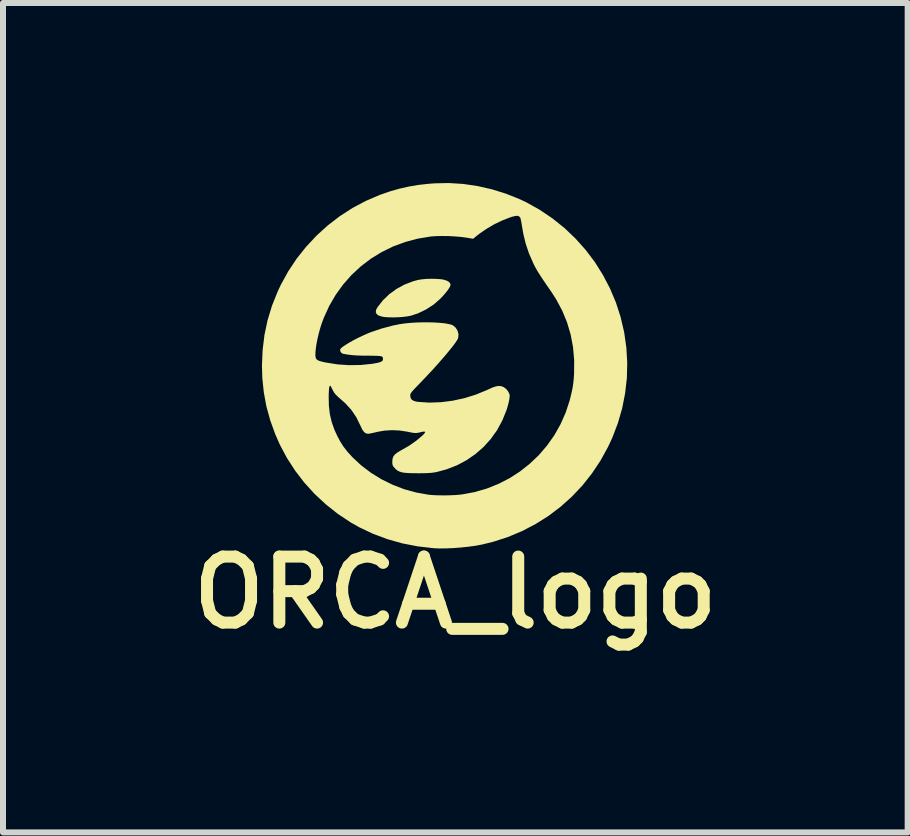
<source format=kicad_pcb>
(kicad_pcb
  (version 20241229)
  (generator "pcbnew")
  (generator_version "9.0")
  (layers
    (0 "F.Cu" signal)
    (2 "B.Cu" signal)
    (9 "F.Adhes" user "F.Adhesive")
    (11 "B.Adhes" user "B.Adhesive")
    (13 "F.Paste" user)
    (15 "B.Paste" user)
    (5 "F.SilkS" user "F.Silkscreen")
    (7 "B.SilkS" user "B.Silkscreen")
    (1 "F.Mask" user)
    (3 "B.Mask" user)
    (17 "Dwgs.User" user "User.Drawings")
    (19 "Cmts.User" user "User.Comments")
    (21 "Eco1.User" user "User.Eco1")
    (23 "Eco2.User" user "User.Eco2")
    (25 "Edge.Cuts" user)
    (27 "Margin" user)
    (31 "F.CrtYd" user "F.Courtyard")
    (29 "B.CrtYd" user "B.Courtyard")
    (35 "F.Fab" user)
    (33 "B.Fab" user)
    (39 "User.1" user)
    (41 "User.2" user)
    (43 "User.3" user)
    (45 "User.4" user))
  (footprint "ORCA_logo"
    (layer "F.Cu")
    (at 4.538 3.016)
    (property "Reference" "ORCA_logo" (at 0 3.81 0) (layer "F.SilkS") (effects (font (size 1.1 1.1) (thickness 0.2))))
    (attr board_only exclude_from_pos_files exclude_from_bom)
    (fp_poly (pts (xy -0.322 -1.419) (xy -0.248 -1.414) (xy -0.195 -1.406) (xy -0.14 -1.388) (xy -0.102 -1.364) (xy -0.083 -1.336) (xy -0.082 -1.309) (xy -0.096 -1.278) (xy -0.124 -1.235) (xy -0.162 -1.186) (xy -0.208 -1.133) (xy -0.256 -1.083) (xy -0.365 -0.989) (xy -0.489 -0.909) (xy -0.622 -0.845) (xy -0.739 -0.806) (xy -0.794 -0.795) (xy -0.864 -0.786) (xy -0.942 -0.78) (xy -1.022 -0.777) (xy -1.099 -0.778) (xy -1.167 -0.782) (xy -1.218 -0.789) (xy -1.219 -0.789) (xy -1.276 -0.807) (xy -1.312 -0.832) (xy -1.326 -0.864) (xy -1.321 -0.903) (xy -1.298 -0.946) (xy -1.208 -1.061) (xy -1.101 -1.164) (xy -0.98 -1.252) (xy -0.847 -1.324) (xy -0.704 -1.379) (xy -0.623 -1.401) (xy -0.561 -1.411) (xy -0.486 -1.418) (xy -0.403 -1.421)) (stroke (width 0) (type solid)) (fill yes) (layer "F.SilkS"))
    (fp_poly (pts (xy 0.129 -3.001) (xy 0.369 -2.966) (xy 0.607 -2.912) (xy 0.841 -2.839) (xy 1.068 -2.749) (xy 1.184 -2.694) (xy 1.407 -2.569) (xy 1.619 -2.426) (xy 1.817 -2.267) (xy 2.001 -2.092) (xy 2.17 -1.903) (xy 2.323 -1.701) (xy 2.458 -1.486) (xy 2.576 -1.261) (xy 2.675 -1.026) (xy 2.754 -0.782) (xy 2.754 -0.78) (xy 2.813 -0.529) (xy 2.849 -0.275) (xy 2.864 -0.021) (xy 2.858 0.233) (xy 2.829 0.486) (xy 2.78 0.736) (xy 2.709 0.982) (xy 2.617 1.224) (xy 2.543 1.383) (xy 2.418 1.61) (xy 2.275 1.824) (xy 2.117 2.024) (xy 1.943 2.208) (xy 1.755 2.377) (xy 1.553 2.53) (xy 1.339 2.665) (xy 1.113 2.783) (xy 0.877 2.882) (xy 0.631 2.962) (xy 0.443 3.008) (xy 0.337 3.028) (xy 0.219 3.044) (xy 0.094 3.057) (xy -0.033 3.067) (xy -0.155 3.072) (xy -0.268 3.073) (xy -0.36 3.069) (xy -0.628 3.038) (xy -0.886 2.988) (xy -1.134 2.918) (xy -1.372 2.829) (xy -1.6 2.721) (xy -1.748 2.637) (xy -1.96 2.496) (xy -2.159 2.338) (xy -2.345 2.165) (xy -2.516 1.977) (xy -2.67 1.777) (xy -2.807 1.565) (xy -2.925 1.343) (xy -3 1.173) (xy -3.085 0.938) (xy -3.149 0.706) (xy -3.192 0.472) (xy -3.217 0.233) (xy -3.223 0.028) (xy -3.216 -0.136) (xy -2.332 -0.136) (xy -2.326 -0.1) (xy -2.323 -0.094) (xy -2.312 -0.078) (xy -2.294 -0.064) (xy -2.267 -0.052) (xy -2.226 -0.04) (xy -2.169 -0.027) (xy -2.146 -0.023) (xy -1.963 0.006) (xy -1.771 0.019) (xy -1.578 0.016) (xy -1.39 -0.003) (xy -1.372 -0.006) (xy -1.305 -0.018) (xy -1.257 -0.03) (xy -1.226 -0.045) (xy -1.21 -0.061) (xy -1.206 -0.08) (xy -1.207 -0.099) (xy -1.21 -0.112) (xy -1.22 -0.123) (xy -1.237 -0.13) (xy -1.266 -0.134) (xy -1.308 -0.137) (xy -1.366 -0.138) (xy -1.443 -0.139) (xy -1.462 -0.139) (xy -1.563 -0.14) (xy -1.647 -0.143) (xy -1.718 -0.148) (xy -1.783 -0.156) (xy -1.846 -0.166) (xy -1.875 -0.172) (xy -1.901 -0.187) (xy -1.918 -0.214) (xy -1.919 -0.243) (xy -1.919 -0.245) (xy -1.905 -0.264) (xy -1.873 -0.29) (xy -1.826 -0.321) (xy -1.768 -0.357) (xy -1.702 -0.394) (xy -1.629 -0.432) (xy -1.554 -0.468) (xy -1.479 -0.502) (xy -1.413 -0.529) (xy -1.237 -0.589) (xy -1.052 -0.639) (xy -0.924 -0.665) (xy -0.839 -0.677) (xy -0.746 -0.686) (xy -0.647 -0.692) (xy -0.545 -0.695) (xy -0.443 -0.695) (xy -0.346 -0.692) (xy -0.255 -0.686) (xy -0.175 -0.678) (xy -0.109 -0.666) (xy -0.059 -0.653) (xy -0.04 -0.644) (xy 0.005 -0.606) (xy 0.036 -0.556) (xy 0.052 -0.499) (xy 0.048 -0.442) (xy 0.046 -0.433) (xy 0.032 -0.403) (xy 0.003 -0.359) (xy -0.038 -0.303) (xy -0.091 -0.237) (xy -0.153 -0.161) (xy -0.224 -0.079) (xy -0.301 0.009) (xy -0.384 0.101) (xy -0.472 0.195) (xy -0.561 0.289) (xy -0.572 0.3) (xy -0.63 0.36) (xy -0.674 0.406) (xy -0.706 0.441) (xy -0.728 0.467) (xy -0.742 0.487) (xy -0.749 0.503) (xy -0.752 0.517) (xy -0.752 0.524) (xy -0.746 0.566) (xy -0.725 0.596) (xy -0.687 0.617) (xy -0.63 0.63) (xy -0.619 0.631) (xy -0.433 0.643) (xy -0.24 0.636) (xy -0.044 0.611) (xy 0.15 0.569) (xy 0.34 0.51) (xy 0.521 0.436) (xy 0.553 0.421) (xy 0.624 0.389) (xy 0.681 0.371) (xy 0.729 0.365) (xy 0.772 0.371) (xy 0.808 0.386) (xy 0.848 0.417) (xy 0.882 0.46) (xy 0.903 0.506) (xy 0.904 0.507) (xy 0.905 0.539) (xy 0.899 0.587) (xy 0.887 0.646) (xy 0.869 0.714) (xy 0.852 0.769) (xy 0.782 0.941) (xy 0.695 1.102) (xy 0.59 1.249) (xy 0.47 1.382) (xy 0.335 1.5) (xy 0.186 1.603) (xy 0.025 1.688) (xy -0.147 1.755) (xy -0.31 1.799) (xy -0.354 1.807) (xy -0.401 1.813) (xy -0.457 1.817) (xy -0.525 1.819) (xy -0.611 1.82) (xy -0.614 1.82) (xy -0.71 1.819) (xy -0.786 1.817) (xy -0.846 1.812) (xy -0.894 1.804) (xy -0.931 1.792) (xy -0.962 1.777) (xy -0.989 1.756) (xy -1.004 1.741) (xy -1.03 1.712) (xy -1.044 1.689) (xy -1.05 1.663) (xy -1.051 1.629) (xy -1.048 1.584) (xy -1.036 1.546) (xy -1.012 1.512) (xy -0.975 1.48) (xy -0.921 1.447) (xy -0.882 1.425) (xy -0.764 1.357) (xy -0.652 1.278) (xy -0.553 1.195) (xy -0.548 1.191) (xy -0.517 1.158) (xy -0.504 1.137) (xy -0.511 1.126) (xy -0.537 1.126) (xy -0.575 1.135) (xy -0.613 1.144) (xy -0.646 1.149) (xy -0.679 1.149) (xy -0.719 1.144) (xy -0.77 1.134) (xy -0.804 1.127) (xy -0.927 1.108) (xy -1.057 1.102) (xy -1.185 1.11) (xy -1.303 1.131) (xy -1.311 1.133) (xy -1.361 1.145) (xy -1.408 1.155) (xy -1.443 1.161) (xy -1.457 1.162) (xy -1.492 1.155) (xy -1.522 1.132) (xy -1.551 1.092) (xy -1.579 1.033) (xy -1.582 1.027) (xy -1.649 0.89) (xy -1.732 0.766) (xy -1.834 0.654) (xy -1.898 0.597) (xy -1.951 0.551) (xy -1.989 0.514) (xy -2.018 0.479) (xy -2.04 0.442) (xy -2.059 0.403) (xy -2.074 0.374) (xy -2.086 0.361) (xy -2.095 0.366) (xy -2.102 0.39) (xy -2.107 0.433) (xy -2.11 0.497) (xy -2.111 0.541) (xy -2.108 0.694) (xy -2.092 0.833) (xy -2.061 0.965) (xy -2.015 1.096) (xy -1.967 1.2) (xy -1.917 1.294) (xy -1.864 1.377) (xy -1.802 1.457) (xy -1.727 1.54) (xy -1.715 1.553) (xy -1.569 1.689) (xy -1.407 1.812) (xy -1.232 1.92) (xy -1.047 2.011) (xy -0.853 2.086) (xy -0.653 2.141) (xy -0.45 2.177) (xy -0.434 2.179) (xy -0.363 2.185) (xy -0.277 2.188) (xy -0.183 2.189) (xy -0.087 2.187) (xy 0.004 2.183) (xy 0.082 2.176) (xy 0.104 2.174) (xy 0.316 2.135) (xy 0.521 2.076) (xy 0.717 1.998) (xy 0.904 1.902) (xy 1.079 1.789) (xy 1.242 1.66) (xy 1.393 1.516) (xy 1.528 1.358) (xy 1.649 1.187) (xy 1.752 1.004) (xy 1.838 0.81) (xy 1.905 0.606) (xy 1.918 0.555) (xy 1.939 0.466) (xy 1.955 0.389) (xy 1.965 0.317) (xy 1.973 0.241) (xy 1.978 0.163) (xy 1.98 -0.061) (xy 1.961 -0.28) (xy 1.921 -0.492) (xy 1.86 -0.697) (xy 1.778 -0.895) (xy 1.676 -1.084) (xy 1.604 -1.196) (xy 1.539 -1.29) (xy 1.485 -1.369) (xy 1.441 -1.434) (xy 1.405 -1.49) (xy 1.375 -1.537) (xy 1.35 -1.58) (xy 1.328 -1.619) (xy 1.308 -1.659) (xy 1.3 -1.676) (xy 1.227 -1.842) (xy 1.172 -2.006) (xy 1.131 -2.175) (xy 1.111 -2.292) (xy 1.103 -2.344) (xy 1.094 -2.389) (xy 1.087 -2.422) (xy 1.082 -2.437) (xy 1.065 -2.458) (xy 1.041 -2.469) (xy 1.005 -2.468) (xy 0.956 -2.457) (xy 0.915 -2.444) (xy 0.782 -2.393) (xy 0.647 -2.328) (xy 0.518 -2.252) (xy 0.4 -2.171) (xy 0.35 -2.132) (xy 0.297 -2.087) (xy 0.179 -2.107) (xy 0.095 -2.118) (xy -0.003 -2.126) (xy -0.108 -2.132) (xy -0.213 -2.133) (xy -0.311 -2.132) (xy -0.395 -2.126) (xy -0.41 -2.125) (xy -0.628 -2.089) (xy -0.837 -2.033) (xy -1.038 -1.959) (xy -1.229 -1.865) (xy -1.408 -1.755) (xy -1.575 -1.628) (xy -1.729 -1.485) (xy -1.869 -1.327) (xy -1.993 -1.155) (xy -2.101 -0.97) (xy -2.191 -0.773) (xy -2.23 -0.669) (xy -2.256 -0.585) (xy -2.279 -0.499) (xy -2.299 -0.413) (xy -2.315 -0.33) (xy -2.326 -0.254) (xy -2.332 -0.188) (xy -2.332 -0.136) (xy -3.216 -0.136) (xy -3.212 -0.232) (xy -3.181 -0.485) (xy -3.129 -0.731) (xy -3.056 -0.971) (xy -2.961 -1.208) (xy -2.909 -1.319) (xy -2.786 -1.543) (xy -2.645 -1.755) (xy -2.487 -1.954) (xy -2.314 -2.139) (xy -2.127 -2.309) (xy -1.927 -2.463) (xy -1.715 -2.6) (xy -1.492 -2.718) (xy -1.26 -2.818) (xy -1.09 -2.877) (xy -0.932 -2.922) (xy -0.777 -2.957) (xy -0.619 -2.984) (xy -0.449 -3.003) (xy -0.345 -3.011) (xy -0.11 -3.016)) (stroke (width 0) (type solid)) (fill yes) (layer "F.SilkS")))
  (gr_rect
    (start -3 -3)
    (end 12.075 10.821)
    (stroke (width 0.1) (type default))
    (fill no)
    (layer "Edge.Cuts")))
</source>
